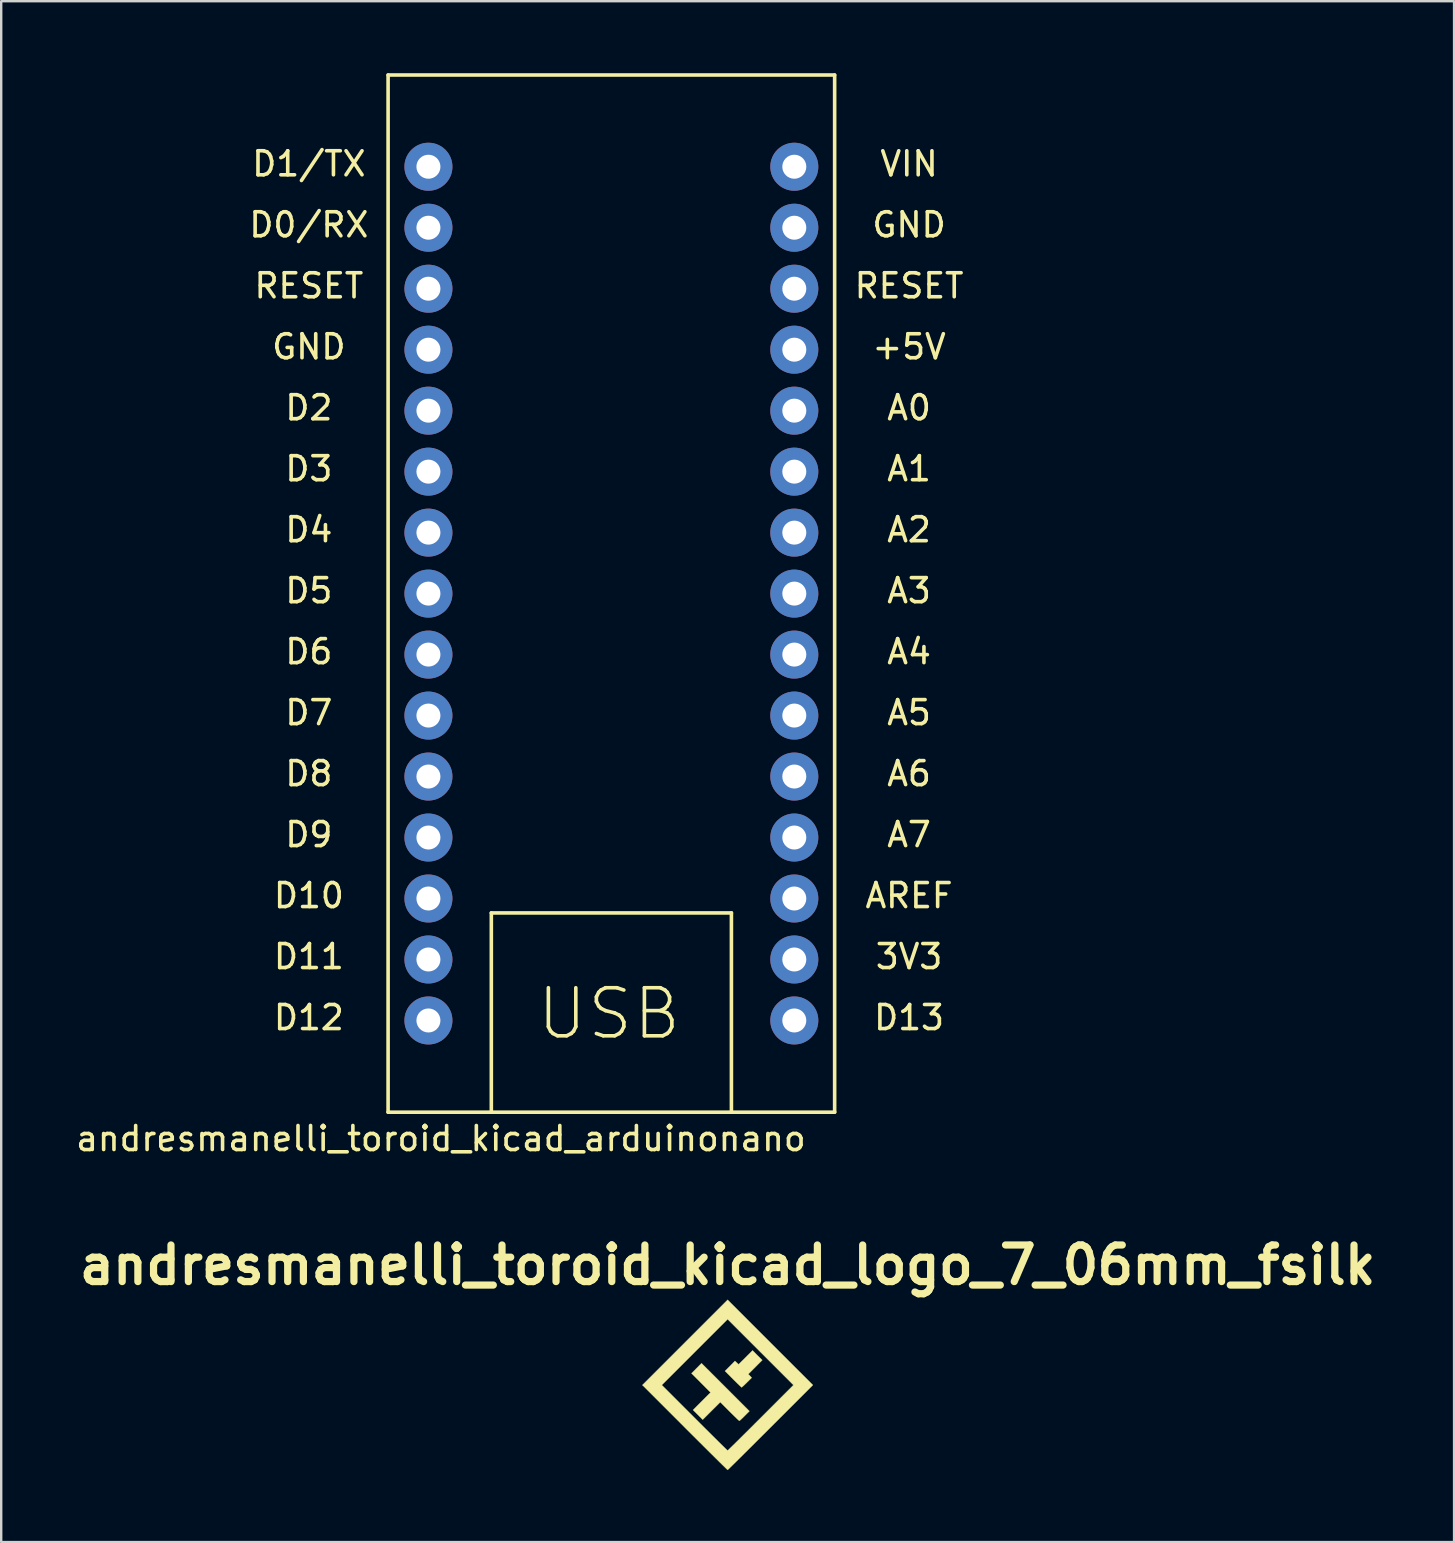
<source format=kicad_pcb>
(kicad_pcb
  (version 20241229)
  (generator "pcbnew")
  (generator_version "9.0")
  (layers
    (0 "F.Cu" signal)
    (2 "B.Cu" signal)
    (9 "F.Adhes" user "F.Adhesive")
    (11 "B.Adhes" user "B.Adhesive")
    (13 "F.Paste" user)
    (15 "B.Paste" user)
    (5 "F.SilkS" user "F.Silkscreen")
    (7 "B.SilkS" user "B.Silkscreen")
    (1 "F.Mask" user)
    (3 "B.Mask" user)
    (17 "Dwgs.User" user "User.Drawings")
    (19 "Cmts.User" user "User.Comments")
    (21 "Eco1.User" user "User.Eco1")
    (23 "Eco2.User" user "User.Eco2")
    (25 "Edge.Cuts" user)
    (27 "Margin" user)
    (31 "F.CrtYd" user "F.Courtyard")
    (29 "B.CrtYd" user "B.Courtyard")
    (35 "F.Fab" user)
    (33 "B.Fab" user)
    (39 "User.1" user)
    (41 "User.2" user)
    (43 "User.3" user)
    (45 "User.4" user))
  (footprint "andresmanelli_toroid_kicad_logo_7_06mm_fsilk"
    (layer "F.Cu")
    (at 27.258 54.641)
    (property "Reference" "andresmanelli_toroid_kicad_logo_7_06mm_fsilk" (at 0 -5 0) (layer "F.SilkS") (effects (font (size 1.524 1.524) (thickness 0.3))))
    (attr through_hole)
    (fp_poly (pts (xy 1.24 -1.24) (xy 1.443 -1.038) (xy 0.863 -0.456) (xy 1.004 -0.305) (xy 0.801 -0.104) (xy 0.709 -0.014) (xy 0.635 0.055) (xy 0.59 0.093) (xy 0.582 0.097) (xy 0.555 0.076) (xy 0.491 0.016) (xy 0.398 -0.074) (xy 0.284 -0.186) (xy 0.227 -0.243) (xy -0.112 -0.584) (xy 0.097 -0.794) (xy 0.305 -1.004) (xy 0.381 -0.934) (xy 0.456 -0.863) (xy 1.038 -1.443) (xy 1.24 -1.24)) (stroke (width 0.01) (type solid)) (fill yes) (layer "F.SilkS"))
    (fp_poly (pts (xy -0.09 0.088) (xy 0.908 1.086) (xy 0.706 1.289) (xy 0.614 1.38) (xy 0.54 1.45) (xy 0.495 1.488) (xy 0.487 1.492) (xy 0.459 1.47) (xy 0.394 1.41) (xy 0.299 1.318) (xy 0.182 1.203) (xy 0.081 1.103) (xy -0.307 0.714) (xy -0.673 1.078) (xy -1.038 1.443) (xy -1.443 1.038) (xy -0.714 0.309) (xy -1.11 -0.089) (xy -1.507 -0.486) (xy -1.297 -0.698) (xy -1.088 -0.909) (xy -0.09 0.088)) (stroke (width 0.01) (type solid)) (fill yes) (layer "F.SilkS"))
    (fp_poly (pts (xy 1.776 -1.776) (xy 3.552 -0.000074) (xy 1.784 1.768) (xy 1.504 2.048) (xy 1.236 2.315) (xy 0.986 2.565) (xy 0.756 2.793) (xy 0.55 2.998) (xy 0.371 3.175) (xy 0.223 3.321) (xy 0.11 3.431) (xy 0.035 3.504) (xy 0.001 3.535) (xy 0 3.536) (xy -0.025 3.514) (xy -0.092 3.449) (xy -0.198 3.345) (xy -0.34 3.206) (xy -0.512 3.035) (xy -0.714 2.835) (xy -0.939 2.611) (xy -1.186 2.365) (xy -1.45 2.102) (xy -1.729 1.824) (xy -1.784 1.768) (xy -3.552 -0.000074) (xy -3.552 -0.000097) (xy -2.741 -0.000097) (xy -1.379 1.362) (xy -1.133 1.608) (xy -0.901 1.839) (xy -0.687 2.052) (xy -0.494 2.243) (xy -0.328 2.408) (xy -0.191 2.542) (xy -0.088 2.643) (xy -0.023 2.705) (xy 0 2.725) (xy 0.025 2.703) (xy 0.092 2.638) (xy 0.197 2.536) (xy 0.336 2.4) (xy 0.504 2.234) (xy 0.697 2.042) (xy 0.913 1.828) (xy 1.145 1.595) (xy 1.379 1.362) (xy 2.741 -0.000097) (xy 0 -2.741) (xy -1.37 -1.371) (xy -2.741 -0.000097) (xy -3.552 -0.000097) (xy -1.776 -1.776) (xy 0 -3.552) (xy 1.776 -1.776)) (stroke (width 0.01) (type solid)) (fill yes) (layer "F.SilkS")))
  (footprint "andresmanelli_toroid_kicad_arduinonano"
    (layer "F.Cu")
    (at 22.415 21.675)
    (property "Reference" "andresmanelli_toroid_kicad_arduinonano" (at -7.1 22.7 0) (layer "F.SilkS") (effects (font (size 1 1) (thickness 0.15))))
    (attr through_hole)
    (fp_line (start -9.3 -21.6) (end 9.3 -21.6) (stroke (width 0.15) (type solid)) (layer "F.SilkS"))
    (fp_line (start -9.3 21.6) (end -9.3 -21.6) (stroke (width 0.15) (type solid)) (layer "F.SilkS"))
    (fp_line (start -5 13.3) (end 5 13.3) (stroke (width 0.15) (type solid)) (layer "F.SilkS"))
    (fp_line (start -5 21.6) (end -5 13.3) (stroke (width 0.15) (type solid)) (layer "F.SilkS"))
    (fp_line (start 5 13.3) (end 5 21.6) (stroke (width 0.15) (type solid)) (layer "F.SilkS"))
    (fp_line (start 9.3 -21.6) (end 9.3 21.6) (stroke (width 0.15) (type solid)) (layer "F.SilkS"))
    (fp_line (start 9.3 21.6) (end -9.3 21.6) (stroke (width 0.15) (type solid)) (layer "F.SilkS"))
    (fp_text user "D4" (at -12.6 -2.66 0) (layer "F.SilkS") (effects (font (size 1 1) (thickness 0.15))))
    (fp_text user "A4" (at 12.4 2.42 0) (layer "F.SilkS") (effects (font (size 1 1) (thickness 0.15))))
    (fp_text user "D6" (at -12.6 2.42 0) (layer "F.SilkS") (effects (font (size 1 1) (thickness 0.15))))
    (fp_text user "D12" (at -12.6 17.66 0) (layer "F.SilkS") (effects (font (size 1 1) (thickness 0.15))))
    (fp_text user "RESET" (at -12.6 -12.82 0) (layer "F.SilkS") (effects (font (size 1 1) (thickness 0.15))))
    (fp_text user "AREF" (at 12.4 12.58 0) (layer "F.SilkS") (effects (font (size 1 1) (thickness 0.15))))
    (fp_text user "D11" (at -12.6 15.12 0) (layer "F.SilkS") (effects (font (size 1 1) (thickness 0.15))))
    (fp_text user "D5" (at -12.6 -0.12 0) (layer "F.SilkS") (effects (font (size 1 1) (thickness 0.15))))
    (fp_text user "VIN" (at 12.4 -17.9 0) (layer "F.SilkS") (effects (font (size 1 1) (thickness 0.15))))
    (fp_text user "USB" (at -0.1 17.5 0) (layer "F.SilkS") (effects (font (size 2 2) (thickness 0.15))))
    (fp_text user "A6" (at 12.4 7.5 0) (layer "F.SilkS") (effects (font (size 1 1) (thickness 0.15))))
    (fp_text user "D2" (at -12.6 -7.74 0) (layer "F.SilkS") (effects (font (size 1 1) (thickness 0.15))))
    (fp_text user "D8" (at -12.6 7.5 0) (layer "F.SilkS") (effects (font (size 1 1) (thickness 0.15))))
    (fp_text user "GND" (at -12.6 -10.28 0) (layer "F.SilkS") (effects (font (size 1 1) (thickness 0.15))))
    (fp_text user "D0/RX" (at -12.6 -15.36 0) (layer "F.SilkS") (effects (font (size 1 1) (thickness 0.15))))
    (fp_text user "A3" (at 12.4 -0.12 0) (layer "F.SilkS") (effects (font (size 1 1) (thickness 0.15))))
    (fp_text user "+5V" (at 12.4 -10.28 0) (layer "F.SilkS") (effects (font (size 1 1) (thickness 0.15))))
    (fp_text user "A7" (at 12.4 10.04 0) (layer "F.SilkS") (effects (font (size 1 1) (thickness 0.15))))
    (fp_text user "A2" (at 12.4 -2.66 0) (layer "F.SilkS") (effects (font (size 1 1) (thickness 0.15))))
    (fp_text user "D1/TX" (at -12.6 -17.9 0) (layer "F.SilkS") (effects (font (size 1 1) (thickness 0.15))))
    (fp_text user "D7" (at -12.6 4.96 0) (layer "F.SilkS") (effects (font (size 1 1) (thickness 0.15))))
    (fp_text user "D10" (at -12.6 12.58 0) (layer "F.SilkS") (effects (font (size 1 1) (thickness 0.15))))
    (fp_text user "RESET" (at 12.4 -12.82 0) (layer "F.SilkS") (effects (font (size 1 1) (thickness 0.15))))
    (fp_text user "A5" (at 12.4 4.96 0) (layer "F.SilkS") (effects (font (size 1 1) (thickness 0.15))))
    (fp_text user "GND" (at 12.4 -15.36 0) (layer "F.SilkS") (effects (font (size 1 1) (thickness 0.15))))
    (fp_text user "D13" (at 12.4 17.66 0) (layer "F.SilkS") (effects (font (size 1 1) (thickness 0.15))))
    (fp_text user "D9" (at -12.6 10.04 0) (layer "F.SilkS") (effects (font (size 1 1) (thickness 0.15))))
    (fp_text user "3V3" (at 12.4 15.12 0) (layer "F.SilkS") (effects (font (size 1 1) (thickness 0.15))))
    (fp_text user "A1" (at 12.4 -5.2 0) (layer "F.SilkS") (effects (font (size 1 1) (thickness 0.15))))
    (fp_text user "D3" (at -12.6 -5.2 0) (layer "F.SilkS") (effects (font (size 1 1) (thickness 0.15))))
    (fp_text user "A0" (at 12.4 -7.74 0) (layer "F.SilkS") (effects (font (size 1 1) (thickness 0.15))))
    (pad "1" thru_hole circle (at -7.62 -17.78) (size 2 2) (drill 1) (layers "*.Cu" "*.Mask"))
    (pad "2" thru_hole circle (at -7.62 -15.24) (size 2 2) (drill 1) (layers "*.Cu" "*.Mask"))
    (pad "3" thru_hole circle (at -7.62 -12.7) (size 2 2) (drill 1) (layers "*.Cu" "*.Mask"))
    (pad "4" thru_hole circle (at -7.62 -10.16) (size 2 2) (drill 1) (layers "*.Cu" "*.Mask"))
    (pad "5" thru_hole circle (at -7.62 -7.62) (size 2 2) (drill 1) (layers "*.Cu" "*.Mask"))
    (pad "6" thru_hole circle (at -7.62 -5.08) (size 2 2) (drill 1) (layers "*.Cu" "*.Mask"))
    (pad "7" thru_hole circle (at -7.62 -2.54) (size 2 2) (drill 1) (layers "*.Cu" "*.Mask"))
    (pad "8" thru_hole circle (at -7.62 0) (size 2 2) (drill 1) (layers "*.Cu" "*.Mask"))
    (pad "9" thru_hole circle (at -7.62 2.54) (size 2 2) (drill 1) (layers "*.Cu" "*.Mask"))
    (pad "10" thru_hole circle (at -7.62 5.08) (size 2 2) (drill 1) (layers "*.Cu" "*.Mask"))
    (pad "11" thru_hole circle (at -7.62 7.62) (size 2 2) (drill 1) (layers "*.Cu" "*.Mask"))
    (pad "12" thru_hole circle (at -7.62 10.16) (size 2 2) (drill 1) (layers "*.Cu" "*.Mask"))
    (pad "13" thru_hole circle (at -7.62 12.7) (size 2 2) (drill 1) (layers "*.Cu" "*.Mask"))
    (pad "14" thru_hole circle (at -7.62 15.24) (size 2 2) (drill 1) (layers "*.Cu" "*.Mask"))
    (pad "15" thru_hole circle (at -7.62 17.78) (size 2 2) (drill 1) (layers "*.Cu" "*.Mask"))
    (pad "16" thru_hole circle (at 7.62 17.78) (size 2 2) (drill 1) (layers "*.Cu" "*.Mask"))
    (pad "17" thru_hole circle (at 7.62 15.24) (size 2 2) (drill 1) (layers "*.Cu" "*.Mask"))
    (pad "18" thru_hole circle (at 7.62 12.7) (size 2 2) (drill 1) (layers "*.Cu" "*.Mask"))
    (pad "19" thru_hole circle (at 7.62 10.16) (size 2 2) (drill 1) (layers "*.Cu" "*.Mask"))
    (pad "20" thru_hole circle (at 7.62 7.62) (size 2 2) (drill 1) (layers "*.Cu" "*.Mask"))
    (pad "21" thru_hole circle (at 7.62 5.08) (size 2 2) (drill 1) (layers "*.Cu" "*.Mask"))
    (pad "22" thru_hole circle (at 7.62 2.54) (size 2 2) (drill 1) (layers "*.Cu" "*.Mask"))
    (pad "23" thru_hole circle (at 7.62 0) (size 2 2) (drill 1) (layers "*.Cu" "*.Mask"))
    (pad "24" thru_hole circle (at 7.62 -2.54) (size 2 2) (drill 1) (layers "*.Cu" "*.Mask"))
    (pad "25" thru_hole circle (at 7.62 -5.08) (size 2 2) (drill 1) (layers "*.Cu" "*.Mask"))
    (pad "26" thru_hole circle (at 7.62 -7.62) (size 2 2) (drill 1) (layers "*.Cu" "*.Mask"))
    (pad "27" thru_hole circle (at 7.62 -10.16) (size 2 2) (drill 1) (layers "*.Cu" "*.Mask"))
    (pad "28" thru_hole circle (at 7.62 -12.7) (size 2 2) (drill 1) (layers "*.Cu" "*.Mask"))
    (pad "29" thru_hole circle (at 7.62 -15.24) (size 2 2) (drill 1) (layers "*.Cu" "*.Mask"))
    (pad "30" thru_hole circle (at 7.62 -17.78) (size 2 2) (drill 1) (layers "*.Cu" "*.Mask")))
  (gr_rect
    (start -3 -3)
    (end 57.516 61.182)
    (stroke (width 0.1) (type default))
    (fill no)
    (layer "Edge.Cuts")))
</source>
